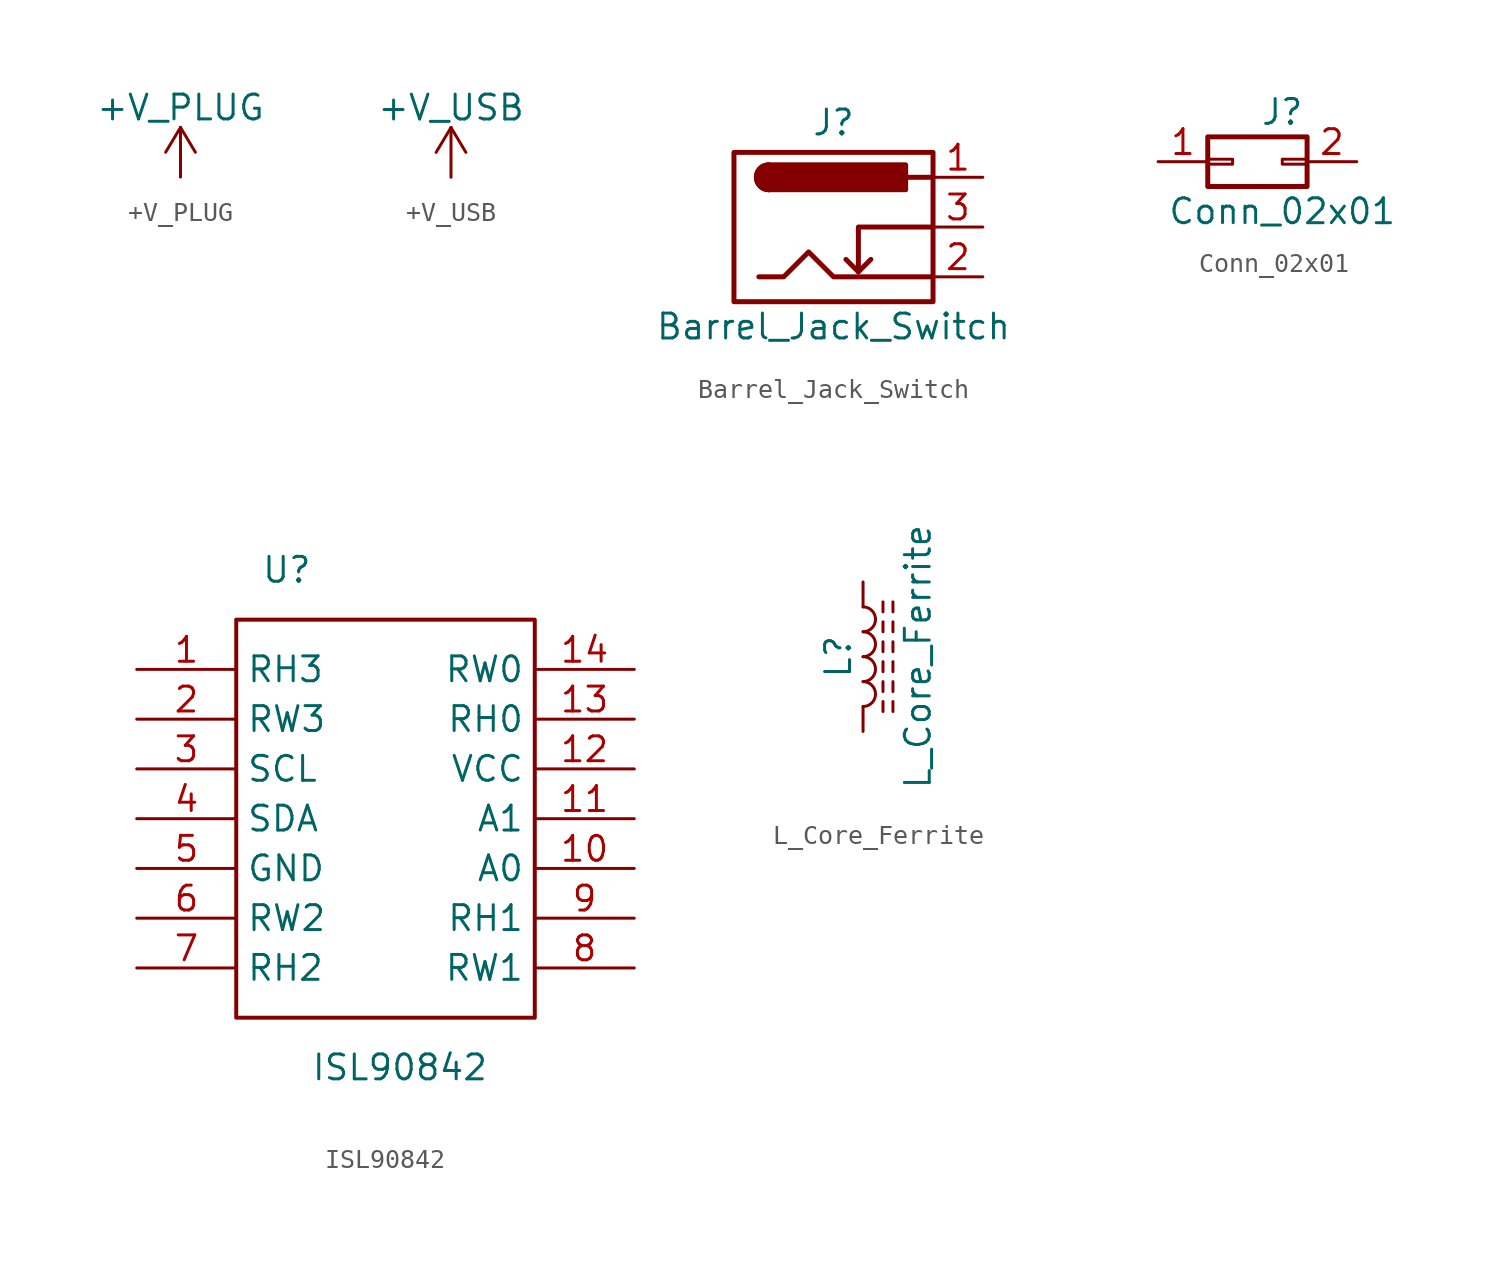
<source format=kicad_sym>
(kicad_symbol_lib
  (version 20241209)
  (generator "kicad_symbol_editor")
  (generator_version "9.0")
  (symbol "+V_PLUG"
    (power)
    (pin_names
      (offset 0))
    (property "Reference" "#PWR"
      (at 0 -3.81 0)
      (effects (font (size 1.27 1.27)) (hide yes)))
    (property "Value" "+V_PLUG"
      (at 0 3.556 0)
      (effects (font (size 1.27 1.27))))
    (symbol "+V_PLUG_0_1"
      (polyline (pts (xy -0.762 1.27) (xy 0 2.54)) (stroke (width 0) (type solid)) (fill (type none)))
      (polyline (pts (xy 0 2.54) (xy 0.762 1.27)) (stroke (width 0) (type solid)) (fill (type none)))
      (polyline (pts (xy 0 0) (xy 0 2.54)) (stroke (width 0) (type solid)) (fill (type none))))
    (symbol "+V_PLUG_1_1"
      (pin power_in line (at 0 0 90) (length 0) (hide yes) (name "+V_PLUG" (effects (font (size 0 0)))) (number "1" (effects (font (size 0 0)))))))
  (symbol "+V_USB"
    (power)
    (pin_names
      (offset 0))
    (property "Reference" "#PWR"
      (at 0 -3.81 0)
      (effects (font (size 1.27 1.27)) (hide yes)))
    (property "Value" "+V_USB"
      (at 0 3.556 0)
      (effects (font (size 1.27 1.27))))
    (symbol "+V_USB_0_1"
      (polyline (pts (xy -0.762 1.27) (xy 0 2.54)) (stroke (width 0) (type solid)) (fill (type none)))
      (polyline (pts (xy 0 2.54) (xy 0.762 1.27)) (stroke (width 0) (type solid)) (fill (type none)))
      (polyline (pts (xy 0 0) (xy 0 2.54)) (stroke (width 0) (type solid)) (fill (type none))))
    (symbol "+V_USB_1_1"
      (pin power_in line (at 0 0 90) (length 0) (hide yes) (name "+V_USB" (effects (font (size 0 0)))) (number "1" (effects (font (size 0 0)))))))
  (symbol "Barrel_Jack_Switch"
    (pin_names
      (hide yes))
    (property "Reference" "J"
      (at 0 5.334 0)
      (effects (font (size 1.27 1.27))))
    (property "Value" "Barrel_Jack_Switch"
      (at 0 -5.08 0)
      (effects (font (size 1.27 1.27))))
    (symbol "Barrel_Jack_Switch_0_1"
      (rectangle (start -5.08 3.81) (end 5.08 -3.81) (stroke (width 0.254) (type solid)) (fill (type none)))
      (polyline (pts (xy -3.81 -2.54) (xy -2.54 -2.54) (xy -1.27 -1.27) (xy 0 -2.54) (xy 2.54 -2.54) (xy 5.08 -2.54)) (stroke (width 0.254) (type solid)) (fill (type none)))
      (arc (start -3.302 1.905) (mid -3.937 2.54) (end -3.302 3.175) (stroke (width 0.254) (type solid)) (fill (type none)))
      (arc (start -3.302 1.905) (mid -3.937 2.54) (end -3.302 3.175) (stroke (width 0.254) (type solid)) (fill (type outline)))
      (polyline (pts (xy 1.27 -2.286) (xy 1.905 -1.651)) (stroke (width 0.254) (type solid)) (fill (type none)))
      (rectangle (start 3.683 3.175) (end -3.302 1.905) (stroke (width 0.254) (type solid)) (fill (type outline)))
      (polyline (pts (xy 5.08 2.54) (xy 3.81 2.54)) (stroke (width 0.254) (type solid)) (fill (type none)))
      (polyline (pts (xy 5.08 0) (xy 1.27 0) (xy 1.27 -2.286) (xy 0.635 -1.651)) (stroke (width 0.254) (type solid)) (fill (type none))))
    (symbol "Barrel_Jack_Switch_1_1"
      (pin passive line (at 7.62 2.54 180) (length 2.54) (name "~" (effects (font (size 1.27 1.27)))) (number "1" (effects (font (size 1.27 1.27)))))
      (pin passive line (at 7.62 0 180) (length 2.54) (name "~" (effects (font (size 1.27 1.27)))) (number "3" (effects (font (size 1.27 1.27)))))
      (pin passive line (at 7.62 -2.54 180) (length 2.54) (name "~" (effects (font (size 1.27 1.27)))) (number "2" (effects (font (size 1.27 1.27)))))))
  (symbol "Conn_02x01"
    (pin_names
      (offset 1.016)
      (hide yes))
    (property "Reference" "J"
      (at 1.27 2.54 0)
      (effects (font (size 1.27 1.27))))
    (property "Value" "Conn_02x01"
      (at 1.27 -2.54 0)
      (effects (font (size 1.27 1.27))))
    (symbol "Conn_02x01_1_1"
      (rectangle (start -2.54 1.27) (end 2.54 -1.27) (stroke (width 0.254) (type solid)) (fill (type none)))
      (rectangle (start -2.54 0.127) (end -1.27 -0.127) (stroke (width 0.152) (type solid)) (fill (type none)))
      (rectangle (start 2.54 0.127) (end 1.27 -0.127) (stroke (width 0.152) (type solid)) (fill (type none)))
      (pin passive line (at -5.08 0 0) (length 2.54) (name "Pin_1" (effects (font (size 1.27 1.27)))) (number "1" (effects (font (size 1.27 1.27)))))
      (pin passive line (at 5.08 0 180) (length 2.54) (name "Pin_2" (effects (font (size 1.27 1.27)))) (number "2" (effects (font (size 1.27 1.27)))))))
  (symbol "ISL90842"
    (property "Reference" "U"
      (at -6.35 12.7 0)
      (effects (font (size 1.27 1.27)) (justify left)))
    (property "Value" "ISL90842"
      (at -3.81 -12.7 0)
      (effects (font (size 1.27 1.27)) (justify left)))
    (symbol "ISL90842_0_0"
      (pin bidirectional line (at -12.7 7.62 0) (length 5.08) (name "RH3" (effects (font (size 1.27 1.27)))) (number "1" (effects (font (size 1.27 1.27)))))
      (pin bidirectional line (at -12.7 5.08 0) (length 5.08) (name "RW3" (effects (font (size 1.27 1.27)))) (number "2" (effects (font (size 1.27 1.27)))))
      (pin bidirectional line (at -12.7 2.54 0) (length 5.08) (name "SCL" (effects (font (size 1.27 1.27)))) (number "3" (effects (font (size 1.27 1.27)))))
      (pin bidirectional line (at -12.7 0 0) (length 5.08) (name "SDA" (effects (font (size 1.27 1.27)))) (number "4" (effects (font (size 1.27 1.27)))))
      (pin bidirectional line (at -12.7 -2.54 0) (length 5.08) (name "GND" (effects (font (size 1.27 1.27)))) (number "5" (effects (font (size 1.27 1.27)))))
      (pin bidirectional line (at -12.7 -5.08 0) (length 5.08) (name "RW2" (effects (font (size 1.27 1.27)))) (number "6" (effects (font (size 1.27 1.27)))))
      (pin bidirectional line (at -12.7 -7.62 0) (length 5.08) (name "RH2" (effects (font (size 1.27 1.27)))) (number "7" (effects (font (size 1.27 1.27)))))
      (pin bidirectional line (at 12.7 7.62 180) (length 5.08) (name "RW0" (effects (font (size 1.27 1.27)))) (number "14" (effects (font (size 1.27 1.27)))))
      (pin bidirectional line (at 12.7 5.08 180) (length 5.08) (name "RH0" (effects (font (size 1.27 1.27)))) (number "13" (effects (font (size 1.27 1.27)))))
      (pin bidirectional line (at 12.7 2.54 180) (length 5.08) (name "VCC" (effects (font (size 1.27 1.27)))) (number "12" (effects (font (size 1.27 1.27)))))
      (pin bidirectional line (at 12.7 0 180) (length 5.08) (name "A1" (effects (font (size 1.27 1.27)))) (number "11" (effects (font (size 1.27 1.27)))))
      (pin bidirectional line (at 12.7 -2.54 180) (length 5.08) (name "A0" (effects (font (size 1.27 1.27)))) (number "10" (effects (font (size 1.27 1.27)))))
      (pin bidirectional line (at 12.7 -5.08 180) (length 5.08) (name "RH1" (effects (font (size 1.27 1.27)))) (number "9" (effects (font (size 1.27 1.27)))))
      (pin bidirectional line (at 12.7 -7.62 180) (length 5.08) (name "RW1" (effects (font (size 1.27 1.27)))) (number "8" (effects (font (size 1.27 1.27))))))
    (symbol "ISL90842_0_1"
      (polyline (pts (xy -7.62 10.16) (xy 7.62 10.16) (xy 7.62 -10.16) (xy -7.62 -10.16) (xy -7.62 10.16)) (stroke (width 0.203) (type solid)) (fill (type none)))))
  (symbol "L_Core_Ferrite"
    (pin_numbers
      (hide yes))
    (pin_names
      (offset 1.016)
      (hide yes))
    (property "Reference" "L"
      (at -1.27 0 90)
      (effects (font (size 1.27 1.27))))
    (property "Value" "L_Core_Ferrite"
      (at 2.794 0 90)
      (effects (font (size 1.27 1.27))))
    (symbol "L_Core_Ferrite_0_1"
      (arc (start 0 2.54) (mid 0.635 1.905) (end 0 1.27) (stroke (width 0) (type solid)) (fill (type none)))
      (arc (start 0 1.27) (mid 0.635 0.635) (end 0 0) (stroke (width 0) (type solid)) (fill (type none)))
      (arc (start 0 0) (mid 0.635 -0.635) (end 0 -1.27) (stroke (width 0) (type solid)) (fill (type none)))
      (arc (start 0 -1.27) (mid 0.635 -1.905) (end 0 -2.54) (stroke (width 0) (type solid)) (fill (type none)))
      (polyline (pts (xy 1.016 2.286) (xy 1.016 2.794)) (stroke (width 0) (type solid)) (fill (type none)))
      (polyline (pts (xy 1.016 1.27) (xy 1.016 1.778)) (stroke (width 0) (type solid)) (fill (type none)))
      (polyline (pts (xy 1.016 0.254) (xy 1.016 0.762)) (stroke (width 0) (type solid)) (fill (type none)))
      (polyline (pts (xy 1.016 -0.762) (xy 1.016 -0.254)) (stroke (width 0) (type solid)) (fill (type none)))
      (polyline (pts (xy 1.016 -1.778) (xy 1.016 -1.27)) (stroke (width 0) (type solid)) (fill (type none)))
      (polyline (pts (xy 1.016 -2.794) (xy 1.016 -2.286)) (stroke (width 0) (type solid)) (fill (type none)))
      (polyline (pts (xy 1.524 2.794) (xy 1.524 2.286)) (stroke (width 0) (type solid)) (fill (type none)))
      (polyline (pts (xy 1.524 1.778) (xy 1.524 1.27)) (stroke (width 0) (type solid)) (fill (type none)))
      (polyline (pts (xy 1.524 0.762) (xy 1.524 0.254)) (stroke (width 0) (type solid)) (fill (type none)))
      (polyline (pts (xy 1.524 -0.254) (xy 1.524 -0.762)) (stroke (width 0) (type solid)) (fill (type none)))
      (polyline (pts (xy 1.524 -1.27) (xy 1.524 -1.778)) (stroke (width 0) (type solid)) (fill (type none)))
      (polyline (pts (xy 1.524 -2.286) (xy 1.524 -2.794)) (stroke (width 0) (type solid)) (fill (type none))))
    (symbol "L_Core_Ferrite_1_1"
      (pin passive line (at 0 3.81 270) (length 1.27) (name "1" (effects (font (size 1.27 1.27)))) (number "1" (effects (font (size 1.27 1.27)))))
      (pin passive line (at 0 -3.81 90) (length 1.27) (name "2" (effects (font (size 1.27 1.27)))) (number "2" (effects (font (size 1.27 1.27))))))))
</source>
